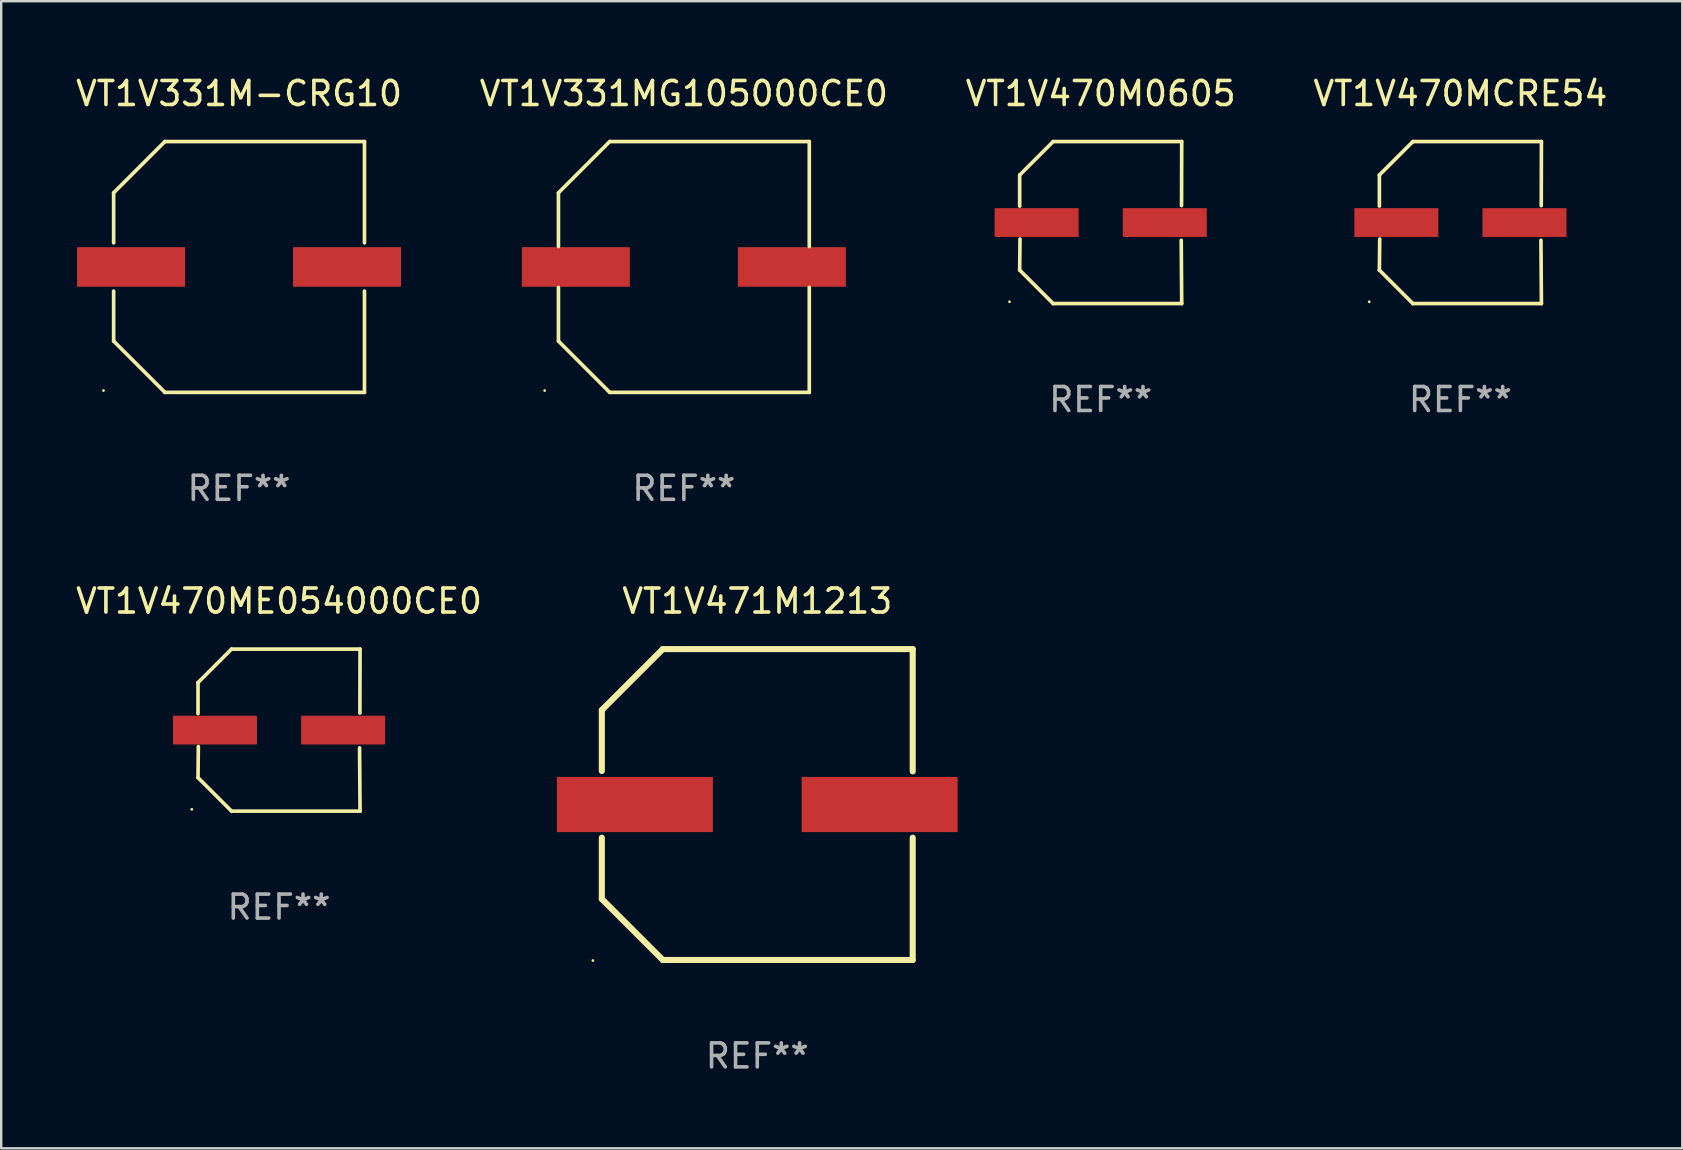
<source format=kicad_pcb>
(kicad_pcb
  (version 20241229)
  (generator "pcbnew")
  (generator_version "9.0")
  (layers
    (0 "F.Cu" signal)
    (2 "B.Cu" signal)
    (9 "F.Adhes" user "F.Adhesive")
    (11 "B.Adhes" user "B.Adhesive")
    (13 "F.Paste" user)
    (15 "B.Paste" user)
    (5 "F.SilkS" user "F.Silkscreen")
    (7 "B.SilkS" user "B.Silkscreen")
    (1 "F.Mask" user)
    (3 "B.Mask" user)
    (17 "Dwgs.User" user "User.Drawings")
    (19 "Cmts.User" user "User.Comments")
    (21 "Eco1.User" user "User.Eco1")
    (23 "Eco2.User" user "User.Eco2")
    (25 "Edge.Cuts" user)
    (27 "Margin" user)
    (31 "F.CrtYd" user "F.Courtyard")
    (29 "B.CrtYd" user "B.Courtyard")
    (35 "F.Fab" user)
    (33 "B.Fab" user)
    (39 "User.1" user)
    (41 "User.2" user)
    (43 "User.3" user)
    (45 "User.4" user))
  (footprint "VT1V331MG105000CE0"
    (layer "F.Cu")
    (at 25.446 8.074)
    (property "Reference" "VT1V331MG105000CE0" (at 0 -7.226 0) (layer "F.SilkS") (effects (font (size 1 1) (thickness 0.15))))
    (attr through_hole)
    (fp_line (start -5.226 -3.09) (end -5.226 -0.852) (stroke (width 0.152) (type solid)) (layer "F.SilkS"))
    (fp_line (start -5.226 3.09) (end -5.226 0.852) (stroke (width 0.152) (type solid)) (layer "F.SilkS"))
    (fp_line (start -3.09 -5.226) (end -5.226 -3.09) (stroke (width 0.152) (type solid)) (layer "F.SilkS"))
    (fp_line (start -3.09 5.226) (end -5.226 3.09) (stroke (width 0.152) (type solid)) (layer "F.SilkS"))
    (fp_line (start 5.226 -5.226) (end -3.09 -5.226) (stroke (width 0.152) (type solid)) (layer "F.SilkS"))
    (fp_line (start 5.226 -0.852) (end 5.226 -5.226) (stroke (width 0.152) (type solid)) (layer "F.SilkS"))
    (fp_line (start 5.226 0.852) (end 5.226 5.226) (stroke (width 0.152) (type solid)) (layer "F.SilkS"))
    (fp_line (start 5.226 5.226) (end -3.09 5.226) (stroke (width 0.152) (type solid)) (layer "F.SilkS"))
    (fp_circle (center -5.8 5.15) (end -5.77 5.15) (stroke (width 0.06) (type solid)) (fill no) (layer "F.SilkS"))
    (fp_text user "REF**" (at 0 9.226 0) (layer "F.Fab") (effects (font (size 1 1) (thickness 0.15))))
    (pad "1" smd rect (at -4.5 0) (size 4.5 1.65) (layers "F.Cu" "F.Mask" "F.Paste"))
    (pad "2" smd rect (at 4.5 0) (size 4.5 1.65) (layers "F.Cu" "F.Mask" "F.Paste")))
  (footprint "VT1V470M0605"
    (layer "F.Cu")
    (at 42.815 6.224)
    (property "Reference" "VT1V470M0605" (at 0 -5.376 0) (layer "F.SilkS") (effects (font (size 1 1) (thickness 0.15))))
    (attr through_hole)
    (fp_line (start -3.376 -1.98) (end -3.376 -0.686) (stroke (width 0.152) (type solid)) (layer "F.SilkS"))
    (fp_line (start -3.376 1.981) (end -3.362 0.686) (stroke (width 0.152) (type solid)) (layer "F.SilkS"))
    (fp_line (start -1.981 3.376) (end -3.376 1.981) (stroke (width 0.152) (type solid)) (layer "F.SilkS"))
    (fp_line (start -1.98 -3.376) (end -3.376 -1.98) (stroke (width 0.152) (type solid)) (layer "F.SilkS"))
    (fp_line (start 3.356 0.74) (end 3.376 3.376) (stroke (width 0.152) (type solid)) (layer "F.SilkS"))
    (fp_line (start 3.369 -0.707) (end 3.376 -3.376) (stroke (width 0.152) (type solid)) (layer "F.SilkS"))
    (fp_line (start 3.376 3.376) (end -1.981 3.376) (stroke (width 0.152) (type solid)) (layer "F.SilkS"))
    (fp_line (start 3.376 -3.376) (end -1.98 -3.376) (stroke (width 0.152) (type solid)) (layer "F.SilkS"))
    (fp_circle (center -3.8 3.3) (end -3.77 3.3) (stroke (width 0.06) (type solid)) (fill no) (layer "F.SilkS"))
    (fp_text user "REF**" (at 0 7.376 0) (layer "F.Fab") (effects (font (size 1 1) (thickness 0.15))))
    (pad "1" smd rect (at -2.67 0.000203) (size 3.5 1.2) (layers "F.Cu" "F.Mask" "F.Paste"))
    (pad "2" smd rect (at 2.67 0.000203) (size 3.5 1.2) (layers "F.Cu" "F.Mask" "F.Paste")))
  (footprint "VT1V471M1213"
    (layer "F.Cu")
    (at 28.505 30.474)
    (property "Reference" "VT1V471M1213" (at 0 -8.477 0) (layer "F.SilkS") (effects (font (size 1 1) (thickness 0.15))))
    (attr through_hole)
    (fp_line (start -6.477 -3.937) (end -6.477 -1.397) (stroke (width 0.254) (type solid)) (layer "F.SilkS"))
    (fp_line (start -6.477 1.381) (end -6.477 3.937) (stroke (width 0.254) (type solid)) (layer "F.SilkS"))
    (fp_line (start -6.477 3.937) (end -3.937 6.477) (stroke (width 0.254) (type solid)) (layer "F.SilkS"))
    (fp_line (start -3.937 -6.477) (end -6.477 -3.937) (stroke (width 0.254) (type solid)) (layer "F.SilkS"))
    (fp_line (start -3.937 6.477) (end 6.477 6.477) (stroke (width 0.254) (type solid)) (layer "F.SilkS"))
    (fp_line (start 6.477 -6.477) (end -3.937 -6.477) (stroke (width 0.254) (type solid)) (layer "F.SilkS"))
    (fp_line (start 6.477 -1.381) (end 6.477 -6.477) (stroke (width 0.254) (type solid)) (layer "F.SilkS"))
    (fp_line (start 6.477 6.477) (end 6.477 1.381) (stroke (width 0.254) (type solid)) (layer "F.SilkS"))
    (fp_circle (center -6.85 6.5) (end -6.82 6.5) (stroke (width 0.06) (type solid)) (fill no) (layer "F.SilkS"))
    (fp_text user "REF**" (at 0 10.477 0) (layer "F.Fab") (effects (font (size 1 1) (thickness 0.15))))
    (pad "1" smd rect (at -5.1 0) (size 6.5 2.3) (layers "F.Cu" "F.Mask" "F.Paste"))
    (pad "2" smd rect (at 5.1 0) (size 6.5 2.3) (layers "F.Cu" "F.Mask" "F.Paste")))
  (footprint "VT1V470ME054000CE0"
    (layer "F.Cu")
    (at 8.577 27.373)
    (property "Reference" "VT1V470ME054000CE0" (at 0 -5.376 0) (layer "F.SilkS") (effects (font (size 1 1) (thickness 0.15))))
    (attr through_hole)
    (fp_line (start -3.376 -1.98) (end -3.376 -0.686) (stroke (width 0.152) (type solid)) (layer "F.SilkS"))
    (fp_line (start -3.376 1.981) (end -3.362 0.686) (stroke (width 0.152) (type solid)) (layer "F.SilkS"))
    (fp_line (start -1.981 3.376) (end -3.376 1.981) (stroke (width 0.152) (type solid)) (layer "F.SilkS"))
    (fp_line (start -1.98 -3.376) (end -3.376 -1.98) (stroke (width 0.152) (type solid)) (layer "F.SilkS"))
    (fp_line (start 3.356 0.74) (end 3.376 3.376) (stroke (width 0.152) (type solid)) (layer "F.SilkS"))
    (fp_line (start 3.369 -0.707) (end 3.376 -3.376) (stroke (width 0.152) (type solid)) (layer "F.SilkS"))
    (fp_line (start 3.376 3.376) (end -1.981 3.376) (stroke (width 0.152) (type solid)) (layer "F.SilkS"))
    (fp_line (start 3.376 -3.376) (end -1.98 -3.376) (stroke (width 0.152) (type solid)) (layer "F.SilkS"))
    (fp_circle (center -3.634 3.3) (end -3.604 3.3) (stroke (width 0.06) (type solid)) (fill no) (layer "F.SilkS"))
    (fp_text user "REF**" (at 0 7.376 0) (layer "F.Fab") (effects (font (size 1 1) (thickness 0.15))))
    (pad "1" smd rect (at -2.67 0.000254) (size 3.5 1.2) (layers "F.Cu" "F.Mask" "F.Paste"))
    (pad "2" smd rect (at 2.67 0.000254) (size 3.5 1.2) (layers "F.Cu" "F.Mask" "F.Paste")))
  (footprint "VT1V331M-CRG10"
    (layer "F.Cu")
    (at 6.911 8.074)
    (property "Reference" "VT1V331M-CRG10" (at 0 -7.226 0) (layer "F.SilkS") (effects (font (size 1 1) (thickness 0.15))))
    (attr through_hole)
    (fp_line (start -5.226 -3.09) (end -5.226 -1.005) (stroke (width 0.152) (type solid)) (layer "F.SilkS"))
    (fp_line (start -5.226 1.005) (end -5.226 3.09) (stroke (width 0.152) (type solid)) (layer "F.SilkS"))
    (fp_line (start -3.09 -5.226) (end -5.226 -3.09) (stroke (width 0.152) (type solid)) (layer "F.SilkS"))
    (fp_line (start -3.09 5.226) (end -5.226 3.09) (stroke (width 0.152) (type solid)) (layer "F.SilkS"))
    (fp_line (start 5.226 -5.226) (end -3.09 -5.226) (stroke (width 0.152) (type solid)) (layer "F.SilkS"))
    (fp_line (start 5.226 -1.005) (end 5.226 -5.226) (stroke (width 0.152) (type solid)) (layer "F.SilkS"))
    (fp_line (start 5.226 5.226) (end -3.09 5.226) (stroke (width 0.152) (type solid)) (layer "F.SilkS"))
    (fp_line (start 5.226 5.226) (end 5.226 1.005) (stroke (width 0.152) (type solid)) (layer "F.SilkS"))
    (fp_circle (center -5.65 5.15) (end -5.62 5.15) (stroke (width 0.06) (type solid)) (fill no) (layer "F.SilkS"))
    (fp_text user "REF**" (at 0 9.226 0) (layer "F.Fab") (effects (font (size 1 1) (thickness 0.15))))
    (pad "1" smd rect (at -4.5 0) (size 4.5 1.65) (layers "F.Cu" "F.Mask" "F.Paste"))
    (pad "2" smd rect (at 4.5 0) (size 4.5 1.65) (layers "F.Cu" "F.Mask" "F.Paste")))
  (footprint "VT1V470MCRE54"
    (layer "F.Cu")
    (at 57.804 6.224)
    (property "Reference" "VT1V470MCRE54" (at 0 -5.376 0) (layer "F.SilkS") (effects (font (size 1 1) (thickness 0.15))))
    (attr through_hole)
    (fp_line (start -3.376 -1.98) (end -3.376 -0.686) (stroke (width 0.152) (type solid)) (layer "F.SilkS"))
    (fp_line (start -3.376 1.981) (end -3.362 0.686) (stroke (width 0.152) (type solid)) (layer "F.SilkS"))
    (fp_line (start -1.981 3.376) (end -3.376 1.981) (stroke (width 0.152) (type solid)) (layer "F.SilkS"))
    (fp_line (start -1.98 -3.376) (end -3.376 -1.98) (stroke (width 0.152) (type solid)) (layer "F.SilkS"))
    (fp_line (start 3.356 0.74) (end 3.376 3.376) (stroke (width 0.152) (type solid)) (layer "F.SilkS"))
    (fp_line (start 3.369 -0.707) (end 3.376 -3.376) (stroke (width 0.152) (type solid)) (layer "F.SilkS"))
    (fp_line (start 3.376 3.376) (end -1.981 3.376) (stroke (width 0.152) (type solid)) (layer "F.SilkS"))
    (fp_line (start 3.376 -3.376) (end -1.98 -3.376) (stroke (width 0.152) (type solid)) (layer "F.SilkS"))
    (fp_circle (center -3.8 3.3) (end -3.77 3.3) (stroke (width 0.06) (type solid)) (fill no) (layer "F.SilkS"))
    (fp_text user "REF**" (at 0 7.376 0) (layer "F.Fab") (effects (font (size 1 1) (thickness 0.15))))
    (pad "1" smd rect (at -2.67 0.000203) (size 3.5 1.2) (layers "F.Cu" "F.Mask" "F.Paste"))
    (pad "2" smd rect (at 2.67 0.000203) (size 3.5 1.2) (layers "F.Cu" "F.Mask" "F.Paste")))
  (gr_rect
    (start -3 -3)
    (end 67.048 44.8)
    (stroke (width 0.1) (type default))
    (fill no)
    (layer "Edge.Cuts")))
</source>
